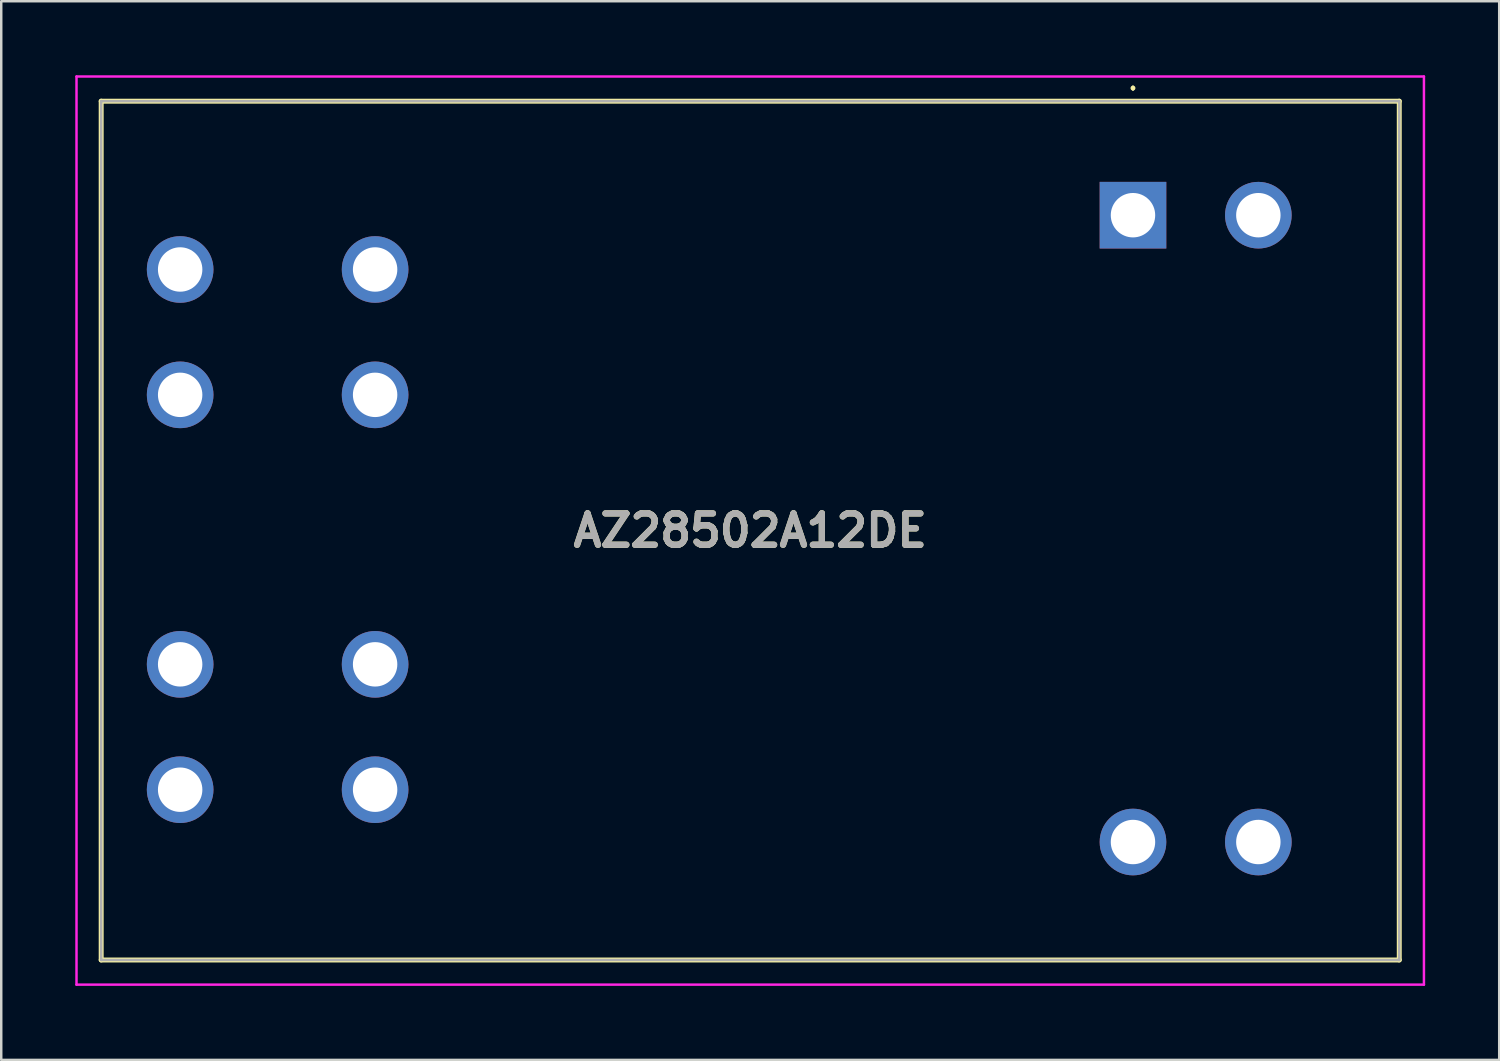
<source format=kicad_pcb>
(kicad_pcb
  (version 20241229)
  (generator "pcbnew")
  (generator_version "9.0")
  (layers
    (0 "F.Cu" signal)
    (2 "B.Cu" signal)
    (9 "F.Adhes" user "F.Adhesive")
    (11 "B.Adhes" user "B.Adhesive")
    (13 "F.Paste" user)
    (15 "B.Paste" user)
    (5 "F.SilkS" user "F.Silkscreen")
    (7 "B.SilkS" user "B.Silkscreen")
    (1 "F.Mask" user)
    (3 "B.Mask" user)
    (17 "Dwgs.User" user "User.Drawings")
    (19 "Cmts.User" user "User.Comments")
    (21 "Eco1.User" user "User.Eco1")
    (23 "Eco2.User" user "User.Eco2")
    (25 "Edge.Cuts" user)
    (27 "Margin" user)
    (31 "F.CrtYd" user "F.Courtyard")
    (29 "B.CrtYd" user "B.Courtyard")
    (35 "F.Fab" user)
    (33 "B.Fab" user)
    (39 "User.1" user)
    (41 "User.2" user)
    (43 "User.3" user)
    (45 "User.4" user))
  (footprint "AZ28502A12DE"
    (layer "F.Cu")
    (at 42.86 5.67)
    (property "Reference" "AZ28502A12DE" (at -15.51 12.78 0) (layer "F.SilkS") (effects (font (size 1.27 1.27) (thickness 0.254))))
    (attr through_hole)
    (fp_line (start -41.81 -4.62) (end -41.81 30.18) (stroke (width 0.2) (type solid)) (layer "F.SilkS"))
    (fp_line (start -41.81 30.18) (end 10.79 30.18) (stroke (width 0.2) (type solid)) (layer "F.SilkS"))
    (fp_line (start 0 -5.2) (end 0 -5.2) (stroke (width 0.1) (type solid)) (layer "F.SilkS"))
    (fp_line (start 0 -5.1) (end 0 -5.1) (stroke (width 0.1) (type solid)) (layer "F.SilkS"))
    (fp_line (start 10.79 -4.62) (end -41.81 -4.62) (stroke (width 0.2) (type solid)) (layer "F.SilkS"))
    (fp_line (start 10.79 30.18) (end 10.79 -4.62) (stroke (width 0.2) (type solid)) (layer "F.SilkS"))
    (fp_arc (start 0 -5.2) (mid 0.05 -5.15) (end 0 -5.1) (stroke (width 0.1) (type solid)) (layer "F.SilkS"))
    (fp_arc (start 0 -5.1) (mid -0.05 -5.15) (end 0 -5.2) (stroke (width 0.1) (type solid)) (layer "F.SilkS"))
    (fp_line (start -42.81 -5.62) (end -42.81 31.18) (stroke (width 0.1) (type solid)) (layer "F.CrtYd"))
    (fp_line (start -42.81 31.18) (end 11.79 31.18) (stroke (width 0.1) (type solid)) (layer "F.CrtYd"))
    (fp_line (start 11.79 -5.62) (end -42.81 -5.62) (stroke (width 0.1) (type solid)) (layer "F.CrtYd"))
    (fp_line (start 11.79 31.18) (end 11.79 -5.62) (stroke (width 0.1) (type solid)) (layer "F.CrtYd"))
    (fp_line (start -41.81 -4.62) (end -41.81 30.18) (stroke (width 0.1) (type solid)) (layer "F.Fab"))
    (fp_line (start -41.81 30.18) (end 10.79 30.18) (stroke (width 0.1) (type solid)) (layer "F.Fab"))
    (fp_line (start 10.79 -4.62) (end -41.81 -4.62) (stroke (width 0.1) (type solid)) (layer "F.Fab"))
    (fp_line (start 10.79 30.18) (end 10.79 -4.62) (stroke (width 0.1) (type solid)) (layer "F.Fab"))
    (fp_text user "${REFERENCE}" (at -15.51 12.78 0) (layer "F.Fab") (effects (font (size 1.27 1.27) (thickness 0.254))))
    (pad "A1" thru_hole rect (at 0 0) (size 2.7 2.7) (drill 1.8) (layers "*.Cu" "*.Mask"))
    (pad "A2" thru_hole circle (at -38.61 18.2) (size 2.7 2.7) (drill 1.8) (layers "*.Cu" "*.Mask"))
    (pad "A3" thru_hole circle (at 0 25.4) (size 2.7 2.7) (drill 1.8) (layers "*.Cu" "*.Mask"))
    (pad "A4" thru_hole circle (at -30.71 18.2) (size 2.7 2.7) (drill 1.8) (layers "*.Cu" "*.Mask"))
    (pad "A6" thru_hole circle (at -38.61 2.2) (size 2.7 2.7) (drill 1.8) (layers "*.Cu" "*.Mask"))
    (pad "A8" thru_hole circle (at -30.71 2.2) (size 2.7 2.7) (drill 1.8) (layers "*.Cu" "*.Mask"))
    (pad "B1" thru_hole circle (at 5.08 0) (size 2.7 2.7) (drill 1.8) (layers "*.Cu" "*.Mask"))
    (pad "B2" thru_hole circle (at -38.61 23.28) (size 2.7 2.7) (drill 1.8) (layers "*.Cu" "*.Mask"))
    (pad "B3" thru_hole circle (at 5.08 25.4) (size 2.7 2.7) (drill 1.8) (layers "*.Cu" "*.Mask"))
    (pad "B4" thru_hole circle (at -30.71 23.28) (size 2.7 2.7) (drill 1.8) (layers "*.Cu" "*.Mask"))
    (pad "B6" thru_hole circle (at -38.61 7.28) (size 2.7 2.7) (drill 1.8) (layers "*.Cu" "*.Mask"))
    (pad "B8" thru_hole circle (at -30.71 7.28) (size 2.7 2.7) (drill 1.8) (layers "*.Cu" "*.Mask")))
  (gr_rect
    (start -3 -3)
    (end 57.7 39.9)
    (stroke (width 0.1) (type default))
    (fill no)
    (layer "Edge.Cuts")))
</source>
